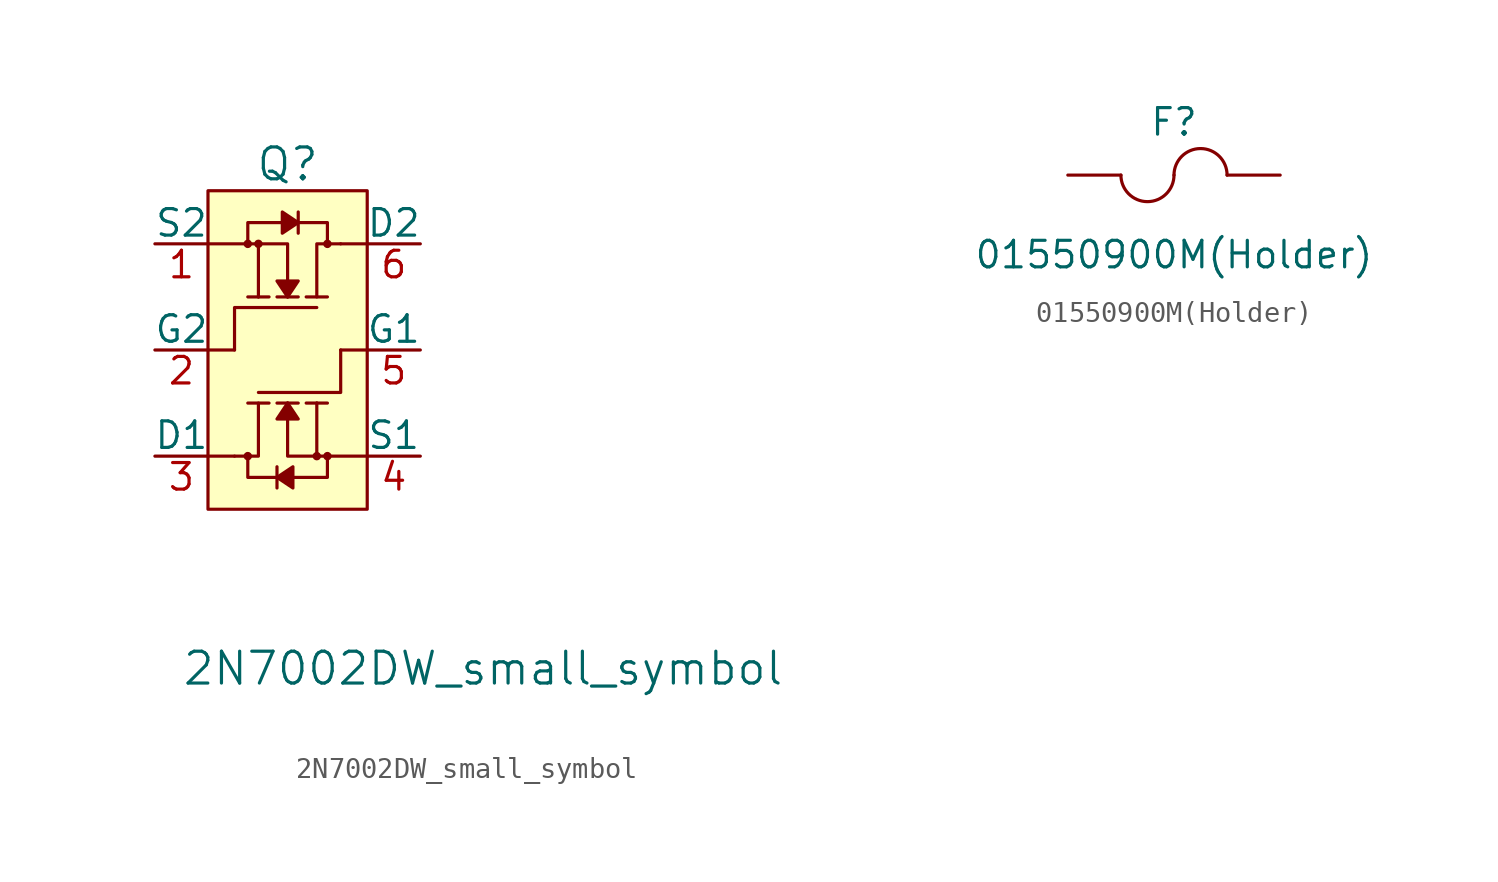
<source format=kicad_sym>
(kicad_symbol_lib
  (version 20211014)
  (generator kicad_symbol_editor)
  (symbol "2N7002DW_small_symbol"
    (pin_names
      (offset 0))
    (property "Reference" "Q"
      (at 0 8.89 0)
      (effects (font (size 1.524 1.524))))
    (property "Value" "2N7002DW_small_symbol"
      (at -5.08 -15.24 0)
      (effects (font (size 1.524 1.524)) (justify left)))
    (symbol "2N7002DW_small_symbol_0_1"
      (rectangle (start -3.81 7.62) (end 3.81 -7.62) (stroke (width 0) (type default) (color 0 0 0 0)) (fill (type background)))
      (polyline (pts (xy -3.81 5.08) (xy -1.27 5.08)) (stroke (width 0) (type default) (color 0 0 0 0)) (fill (type none)))
      (polyline (pts (xy -2.54 0) (xy -3.81 0)) (stroke (width 0) (type default) (color 0 0 0 0)) (fill (type none)))
      (polyline (pts (xy 2.54 0) (xy 3.81 0)) (stroke (width 0) (type default) (color 0 0 0 0)) (fill (type none)))
      (polyline (pts (xy 2.54 5.08) (xy 3.81 5.08)) (stroke (width 0) (type default) (color 0 0 0 0)) (fill (type none)))
      (polyline (pts (xy 0 2.54) (xy 0 5.08) (xy -1.27 5.08)) (stroke (width 0) (type default) (color 0 0 0 0)) (fill (type none))))
    (symbol "2N7002DW_small_symbol_1_1"
      (circle (center -1.905 -5.08) (radius 0.127) (stroke (width 0) (type default) (color 0 0 0 0)) (fill (type none)))
      (circle (center -1.905 5.08) (radius 0.127) (stroke (width 0) (type default) (color 0 0 0 0)) (fill (type none)))
      (circle (center -1.397 5.08) (radius 0.127) (stroke (width 0) (type default) (color 0 0 0 0)) (fill (type none)))
      (polyline (pts (xy -2.54 -5.08) (xy -3.81 -5.08)) (stroke (width 0) (type default) (color 0 0 0 0)) (fill (type none)))
      (polyline (pts (xy -1.905 -2.54) (xy -0.889 -2.54)) (stroke (width 0) (type default) (color 0 0 0 0)) (fill (type none)))
      (polyline (pts (xy -1.397 2.54) (xy -1.905 2.54)) (stroke (width 0) (type default) (color 0 0 0 0)) (fill (type none)))
      (polyline (pts (xy -1.397 2.54) (xy -0.889 2.54)) (stroke (width 0) (type default) (color 0 0 0 0)) (fill (type none)))
      (polyline (pts (xy -1.397 5.08) (xy -1.397 2.54)) (stroke (width 0) (type default) (color 0 0 0 0)) (fill (type none)))
      (polyline (pts (xy -0.508 -6.604) (xy -0.508 -5.588)) (stroke (width 0) (type default) (color 0 0 0 0)) (fill (type none)))
      (polyline (pts (xy 0 -2.54) (xy -0.508 -2.54)) (stroke (width 0) (type default) (color 0 0 0 0)) (fill (type none)))
      (polyline (pts (xy 0 -2.54) (xy 0.508 -2.54)) (stroke (width 0) (type default) (color 0 0 0 0)) (fill (type none)))
      (polyline (pts (xy 0 2.54) (xy -0.508 2.54)) (stroke (width 0) (type default) (color 0 0 0 0)) (fill (type none)))
      (polyline (pts (xy 0 2.54) (xy 0.508 2.54)) (stroke (width 0) (type default) (color 0 0 0 0)) (fill (type none)))
      (polyline (pts (xy 0.508 6.604) (xy 0.508 5.588)) (stroke (width 0) (type default) (color 0 0 0 0)) (fill (type none)))
      (polyline (pts (xy 1.397 -5.08) (xy 1.397 -2.54)) (stroke (width 0) (type default) (color 0 0 0 0)) (fill (type none)))
      (polyline (pts (xy 1.397 -2.54) (xy 0.889 -2.54)) (stroke (width 0) (type default) (color 0 0 0 0)) (fill (type none)))
      (polyline (pts (xy 1.397 -2.54) (xy 1.905 -2.54)) (stroke (width 0) (type default) (color 0 0 0 0)) (fill (type none)))
      (polyline (pts (xy 1.905 2.54) (xy 0.889 2.54)) (stroke (width 0) (type default) (color 0 0 0 0)) (fill (type none)))
      (polyline (pts (xy 3.81 -5.08) (xy 1.27 -5.08)) (stroke (width 0) (type default) (color 0 0 0 0)) (fill (type none)))
      (polyline (pts (xy -2.54 -5.08) (xy -1.397 -5.08) (xy -1.397 -2.54)) (stroke (width 0) (type default) (color 0 0 0 0)) (fill (type none)))
      (polyline (pts (xy -2.54 0) (xy -2.54 2.032) (xy 1.397 2.032)) (stroke (width 0) (type default) (color 0 0 0 0)) (fill (type none)))
      (polyline (pts (xy 0 -2.54) (xy 0 -5.08) (xy 1.27 -5.08)) (stroke (width 0) (type default) (color 0 0 0 0)) (fill (type none)))
      (polyline (pts (xy 2.54 0) (xy 2.54 -2.032) (xy -1.397 -2.032)) (stroke (width 0) (type default) (color 0 0 0 0)) (fill (type none)))
      (polyline (pts (xy 2.54 5.08) (xy 1.397 5.08) (xy 1.397 2.54)) (stroke (width 0) (type default) (color 0 0 0 0)) (fill (type none)))
      (polyline (pts (xy -0.508 -6.096) (xy 0.254 -5.588) (xy 0.254 -6.604) (xy -0.508 -6.096)) (stroke (width 0) (type default) (color 0 0 0 0)) (fill (type outline)))
      (polyline (pts (xy 0 -2.54) (xy -0.508 -3.302) (xy 0.508 -3.302) (xy 0 -2.54)) (stroke (width 0) (type default) (color 0 0 0 0)) (fill (type outline)))
      (polyline (pts (xy 0 2.54) (xy 0.508 3.302) (xy -0.508 3.302) (xy 0 2.54)) (stroke (width 0) (type default) (color 0 0 0 0)) (fill (type outline)))
      (polyline (pts (xy 0.508 6.096) (xy -0.254 5.588) (xy -0.254 6.604) (xy 0.508 6.096)) (stroke (width 0) (type default) (color 0 0 0 0)) (fill (type outline)))
      (polyline (pts (xy -1.905 4.953) (xy -1.905 6.096) (xy 1.397 6.096) (xy 1.905 6.096) (xy 1.905 4.953)) (stroke (width 0) (type default) (color 0 0 0 0)) (fill (type none)))
      (polyline (pts (xy 1.905 -4.953) (xy 1.905 -6.096) (xy -1.397 -6.096) (xy -1.905 -6.096) (xy -1.905 -4.953)) (stroke (width 0) (type default) (color 0 0 0 0)) (fill (type none)))
      (circle (center 1.397 -5.08) (radius 0.127) (stroke (width 0) (type default) (color 0 0 0 0)) (fill (type none)))
      (circle (center 1.905 -5.08) (radius 0.127) (stroke (width 0) (type default) (color 0 0 0 0)) (fill (type none)))
      (circle (center 1.905 5.08) (radius 0.127) (stroke (width 0) (type default) (color 0 0 0 0)) (fill (type none)))
      (pin input line (at -6.35 5.08 0) (length 2.54) (name "S2" (effects (font (size 1.27 1.27)))) (number "1" (effects (font (size 1.27 1.27)))))
      (pin input line (at -6.35 0 0) (length 2.54) (name "G2" (effects (font (size 1.27 1.27)))) (number "2" (effects (font (size 1.27 1.27)))))
      (pin output line (at -6.35 -5.08 0) (length 2.54) (name "D1" (effects (font (size 1.27 1.27)))) (number "3" (effects (font (size 1.27 1.27)))))
      (pin input line (at 6.35 -5.08 180) (length 2.54) (name "S1" (effects (font (size 1.27 1.27)))) (number "4" (effects (font (size 1.27 1.27)))))
      (pin input line (at 6.35 0 180) (length 2.54) (name "G1" (effects (font (size 1.27 1.27)))) (number "5" (effects (font (size 1.27 1.27)))))
      (pin output line (at 6.35 5.08 180) (length 2.54) (name "D2" (effects (font (size 1.27 1.27)))) (number "6" (effects (font (size 1.27 1.27)))))))
  (symbol "01550900M(Holder)"
    (pin_names
      (offset 1.016))
    (property "Reference" "F"
      (at 0 2.54 0)
      (effects (font (size 1.27 1.27))))
    (property "Value" "01550900M(Holder)"
      (at 0 -3.81 0)
      (effects (font (size 1.27 1.27))))
    (symbol "01550900M(Holder)_0_1"
      (arc (start -2.54 0) (mid -1.27 -1.27) (end 0 0) (stroke (width 0) (type default) (color 0 0 0 0)) (fill (type none)))
      (arc (start 2.54 0) (mid 1.27 1.27) (end 0 0) (stroke (width 0) (type default) (color 0 0 0 0)) (fill (type none))))
    (symbol "01550900M(Holder)_1_1"
      (pin passive line (at -5.08 0 0) (length 2.54) (name "1" (effects (font (size 0 0)))) (number "1" (effects (font (size 0 0)))))
      (pin passive line (at 5.08 0 180) (length 2.54) (name "2" (effects (font (size 0 0)))) (number "2" (effects (font (size 0 0))))))))
</source>
